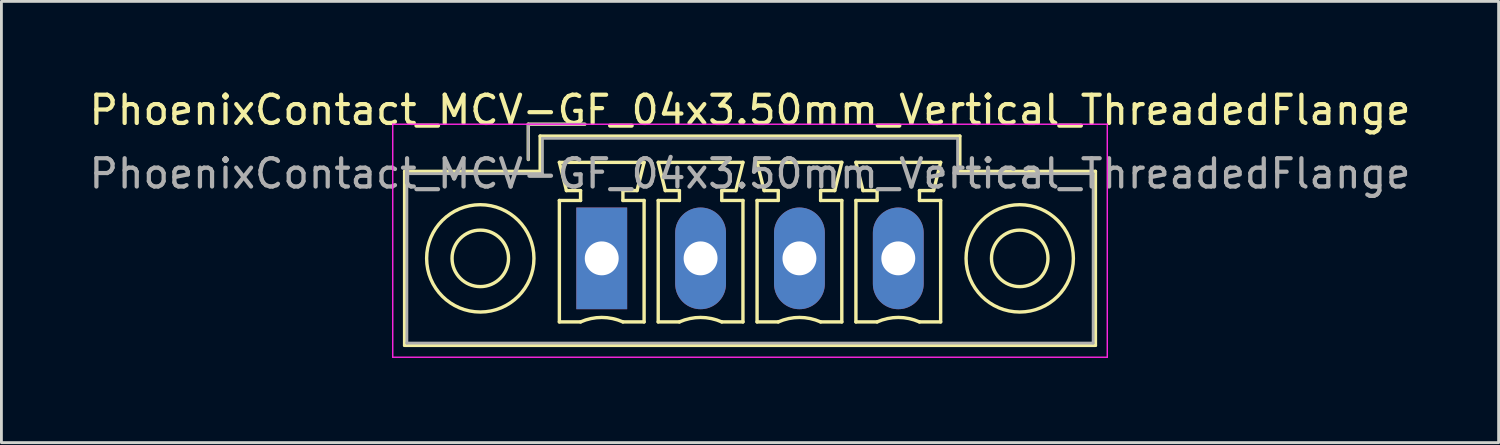
<source format=kicad_pcb>
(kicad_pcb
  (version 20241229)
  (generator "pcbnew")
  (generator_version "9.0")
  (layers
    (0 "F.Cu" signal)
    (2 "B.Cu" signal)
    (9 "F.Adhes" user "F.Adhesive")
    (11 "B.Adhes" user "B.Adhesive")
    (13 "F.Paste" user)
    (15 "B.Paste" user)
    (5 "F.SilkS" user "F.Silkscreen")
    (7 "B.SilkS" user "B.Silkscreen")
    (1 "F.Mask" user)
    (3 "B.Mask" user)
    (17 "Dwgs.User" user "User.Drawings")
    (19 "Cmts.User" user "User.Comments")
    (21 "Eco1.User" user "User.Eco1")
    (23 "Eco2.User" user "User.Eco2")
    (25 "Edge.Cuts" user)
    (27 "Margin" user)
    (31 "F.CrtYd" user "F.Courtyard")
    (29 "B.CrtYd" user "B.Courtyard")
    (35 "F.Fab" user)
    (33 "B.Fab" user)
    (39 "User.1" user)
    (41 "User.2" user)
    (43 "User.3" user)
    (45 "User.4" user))
  (footprint "PhoenixContact_MCV-GF_04x3.50mm_Vertical_ThreadedFlange"
    (layer "F.Cu")
    (at 18.256 6.098)
    (property "Reference" "PhoenixContact_MCV-GF_04x3.50mm_Vertical_ThreadedFlange" (at 5.25 -5.25 0) (layer "F.SilkS") (effects (font (size 1 1) (thickness 0.15))))
    (attr through_hole)
    (fp_line (start -6.98 -3.08) (end -6.98 3.08) (stroke (width 0.12) (type solid)) (layer "F.SilkS"))
    (fp_line (start -6.98 3.08) (end 17.48 3.08) (stroke (width 0.12) (type solid)) (layer "F.SilkS"))
    (fp_line (start -2.6 -4.75) (end -0.6 -4.75) (stroke (width 0.12) (type solid)) (layer "F.SilkS"))
    (fp_line (start -2.6 -3.5) (end -2.6 -4.75) (stroke (width 0.12) (type solid)) (layer "F.SilkS"))
    (fp_line (start -2.18 -4.33) (end -2.18 -3.08) (stroke (width 0.12) (type solid)) (layer "F.SilkS"))
    (fp_line (start -2.18 -3.08) (end -6.98 -3.08) (stroke (width 0.12) (type solid)) (layer "F.SilkS"))
    (fp_line (start -1.5 -3.4) (end 1.5 -3.4) (stroke (width 0.12) (type solid)) (layer "F.SilkS"))
    (fp_line (start -1.5 -2.05) (end -0.75 -2.05) (stroke (width 0.12) (type solid)) (layer "F.SilkS"))
    (fp_line (start -1.5 2.25) (end -1.5 -2.05) (stroke (width 0.12) (type solid)) (layer "F.SilkS"))
    (fp_line (start -1.25 -2.4) (end -1.5 -3.4) (stroke (width 0.12) (type solid)) (layer "F.SilkS"))
    (fp_line (start -0.75 -2.4) (end -1.25 -2.4) (stroke (width 0.12) (type solid)) (layer "F.SilkS"))
    (fp_line (start -0.75 -2.05) (end -0.75 -2.4) (stroke (width 0.12) (type solid)) (layer "F.SilkS"))
    (fp_line (start -0.75 2.25) (end -1.5 2.25) (stroke (width 0.12) (type solid)) (layer "F.SilkS"))
    (fp_line (start 0.75 -2.4) (end 0.75 -2.05) (stroke (width 0.12) (type solid)) (layer "F.SilkS"))
    (fp_line (start 0.75 -2.05) (end 1.5 -2.05) (stroke (width 0.12) (type solid)) (layer "F.SilkS"))
    (fp_line (start 1.25 -2.4) (end 0.75 -2.4) (stroke (width 0.12) (type solid)) (layer "F.SilkS"))
    (fp_line (start 1.5 -3.4) (end 1.25 -2.4) (stroke (width 0.12) (type solid)) (layer "F.SilkS"))
    (fp_line (start 1.5 -2.05) (end 1.5 2.25) (stroke (width 0.12) (type solid)) (layer "F.SilkS"))
    (fp_line (start 1.5 2.25) (end 0.75 2.25) (stroke (width 0.12) (type solid)) (layer "F.SilkS"))
    (fp_line (start 2 -3.4) (end 5 -3.4) (stroke (width 0.12) (type solid)) (layer "F.SilkS"))
    (fp_line (start 2 -2.05) (end 2.75 -2.05) (stroke (width 0.12) (type solid)) (layer "F.SilkS"))
    (fp_line (start 2 2.25) (end 2 -2.05) (stroke (width 0.12) (type solid)) (layer "F.SilkS"))
    (fp_line (start 2.25 -2.4) (end 2 -3.4) (stroke (width 0.12) (type solid)) (layer "F.SilkS"))
    (fp_line (start 2.75 -2.4) (end 2.25 -2.4) (stroke (width 0.12) (type solid)) (layer "F.SilkS"))
    (fp_line (start 2.75 -2.05) (end 2.75 -2.4) (stroke (width 0.12) (type solid)) (layer "F.SilkS"))
    (fp_line (start 2.75 2.25) (end 2 2.25) (stroke (width 0.12) (type solid)) (layer "F.SilkS"))
    (fp_line (start 4.25 -2.4) (end 4.25 -2.05) (stroke (width 0.12) (type solid)) (layer "F.SilkS"))
    (fp_line (start 4.25 -2.05) (end 5 -2.05) (stroke (width 0.12) (type solid)) (layer "F.SilkS"))
    (fp_line (start 4.75 -2.4) (end 4.25 -2.4) (stroke (width 0.12) (type solid)) (layer "F.SilkS"))
    (fp_line (start 5 -3.4) (end 4.75 -2.4) (stroke (width 0.12) (type solid)) (layer "F.SilkS"))
    (fp_line (start 5 -2.05) (end 5 2.25) (stroke (width 0.12) (type solid)) (layer "F.SilkS"))
    (fp_line (start 5 2.25) (end 4.25 2.25) (stroke (width 0.12) (type solid)) (layer "F.SilkS"))
    (fp_line (start 5.5 -3.4) (end 8.5 -3.4) (stroke (width 0.12) (type solid)) (layer "F.SilkS"))
    (fp_line (start 5.5 -2.05) (end 6.25 -2.05) (stroke (width 0.12) (type solid)) (layer "F.SilkS"))
    (fp_line (start 5.5 2.25) (end 5.5 -2.05) (stroke (width 0.12) (type solid)) (layer "F.SilkS"))
    (fp_line (start 5.75 -2.4) (end 5.5 -3.4) (stroke (width 0.12) (type solid)) (layer "F.SilkS"))
    (fp_line (start 6.25 -2.4) (end 5.75 -2.4) (stroke (width 0.12) (type solid)) (layer "F.SilkS"))
    (fp_line (start 6.25 -2.05) (end 6.25 -2.4) (stroke (width 0.12) (type solid)) (layer "F.SilkS"))
    (fp_line (start 6.25 2.25) (end 5.5 2.25) (stroke (width 0.12) (type solid)) (layer "F.SilkS"))
    (fp_line (start 7.75 -2.4) (end 7.75 -2.05) (stroke (width 0.12) (type solid)) (layer "F.SilkS"))
    (fp_line (start 7.75 -2.05) (end 8.5 -2.05) (stroke (width 0.12) (type solid)) (layer "F.SilkS"))
    (fp_line (start 8.25 -2.4) (end 7.75 -2.4) (stroke (width 0.12) (type solid)) (layer "F.SilkS"))
    (fp_line (start 8.5 -3.4) (end 8.25 -2.4) (stroke (width 0.12) (type solid)) (layer "F.SilkS"))
    (fp_line (start 8.5 -2.05) (end 8.5 2.25) (stroke (width 0.12) (type solid)) (layer "F.SilkS"))
    (fp_line (start 8.5 2.25) (end 7.75 2.25) (stroke (width 0.12) (type solid)) (layer "F.SilkS"))
    (fp_line (start 9 -3.4) (end 12 -3.4) (stroke (width 0.12) (type solid)) (layer "F.SilkS"))
    (fp_line (start 9 -2.05) (end 9.75 -2.05) (stroke (width 0.12) (type solid)) (layer "F.SilkS"))
    (fp_line (start 9 2.25) (end 9 -2.05) (stroke (width 0.12) (type solid)) (layer "F.SilkS"))
    (fp_line (start 9.25 -2.4) (end 9 -3.4) (stroke (width 0.12) (type solid)) (layer "F.SilkS"))
    (fp_line (start 9.75 -2.4) (end 9.25 -2.4) (stroke (width 0.12) (type solid)) (layer "F.SilkS"))
    (fp_line (start 9.75 -2.05) (end 9.75 -2.4) (stroke (width 0.12) (type solid)) (layer "F.SilkS"))
    (fp_line (start 9.75 2.25) (end 9 2.25) (stroke (width 0.12) (type solid)) (layer "F.SilkS"))
    (fp_line (start 11.25 -2.4) (end 11.25 -2.05) (stroke (width 0.12) (type solid)) (layer "F.SilkS"))
    (fp_line (start 11.25 -2.05) (end 12 -2.05) (stroke (width 0.12) (type solid)) (layer "F.SilkS"))
    (fp_line (start 11.75 -2.4) (end 11.25 -2.4) (stroke (width 0.12) (type solid)) (layer "F.SilkS"))
    (fp_line (start 12 -3.4) (end 11.75 -2.4) (stroke (width 0.12) (type solid)) (layer "F.SilkS"))
    (fp_line (start 12 -2.05) (end 12 2.25) (stroke (width 0.12) (type solid)) (layer "F.SilkS"))
    (fp_line (start 12 2.25) (end 11.25 2.25) (stroke (width 0.12) (type solid)) (layer "F.SilkS"))
    (fp_line (start 12.68 -4.33) (end -2.18 -4.33) (stroke (width 0.12) (type solid)) (layer "F.SilkS"))
    (fp_line (start 12.68 -3.08) (end 12.68 -4.33) (stroke (width 0.12) (type solid)) (layer "F.SilkS"))
    (fp_line (start 17.48 -3.08) (end 12.68 -3.08) (stroke (width 0.12) (type solid)) (layer "F.SilkS"))
    (fp_line (start 17.48 3.08) (end 17.48 -3.08) (stroke (width 0.12) (type solid)) (layer "F.SilkS"))
    (fp_arc (start -0.75 2.25) (mid -0.000193 2.09191) (end 0.749647 2.249844) (stroke (width 0.12) (type solid)) (layer "F.SilkS"))
    (fp_arc (start 2.75 2.25) (mid 3.499807 2.09191) (end 4.249647 2.249844) (stroke (width 0.12) (type solid)) (layer "F.SilkS"))
    (fp_arc (start 6.25 2.25) (mid 6.999807 2.09191) (end 7.749647 2.249844) (stroke (width 0.12) (type solid)) (layer "F.SilkS"))
    (fp_arc (start 9.75 2.25) (mid 10.499807 2.09191) (end 11.249647 2.249844) (stroke (width 0.12) (type solid)) (layer "F.SilkS"))
    (fp_circle (center -4.3 0) (end -3.3 0) (stroke (width 0.12) (type solid)) (fill no) (layer "F.SilkS"))
    (fp_circle (center -4.3 0) (end -2.4 0) (stroke (width 0.12) (type solid)) (fill no) (layer "F.SilkS"))
    (fp_circle (center 14.8 0) (end 15.8 0) (stroke (width 0.12) (type solid)) (fill no) (layer "F.SilkS"))
    (fp_circle (center 14.8 0) (end 16.7 0) (stroke (width 0.12) (type solid)) (fill no) (layer "F.SilkS"))
    (fp_line (start -7.4 -4.75) (end -7.4 3.5) (stroke (width 0.05) (type solid)) (layer "F.CrtYd"))
    (fp_line (start -7.4 3.5) (end 17.9 3.5) (stroke (width 0.05) (type solid)) (layer "F.CrtYd"))
    (fp_line (start 17.9 -4.75) (end -7.4 -4.75) (stroke (width 0.05) (type solid)) (layer "F.CrtYd"))
    (fp_line (start 17.9 3.5) (end 17.9 -4.75) (stroke (width 0.05) (type solid)) (layer "F.CrtYd"))
    (fp_line (start -6.9 -3) (end -6.9 3) (stroke (width 0.1) (type solid)) (layer "F.Fab"))
    (fp_line (start -6.9 3) (end 17.4 3) (stroke (width 0.1) (type solid)) (layer "F.Fab"))
    (fp_line (start -2.6 -4.75) (end -0.6 -4.75) (stroke (width 0.1) (type solid)) (layer "F.Fab"))
    (fp_line (start -2.6 -3.5) (end -2.6 -4.75) (stroke (width 0.1) (type solid)) (layer "F.Fab"))
    (fp_line (start -2.1 -4.25) (end -2.1 -3) (stroke (width 0.1) (type solid)) (layer "F.Fab"))
    (fp_line (start -2.1 -3) (end -6.9 -3) (stroke (width 0.1) (type solid)) (layer "F.Fab"))
    (fp_line (start 12.6 -4.25) (end -2.1 -4.25) (stroke (width 0.1) (type solid)) (layer "F.Fab"))
    (fp_line (start 12.6 -3) (end 12.6 -4.25) (stroke (width 0.1) (type solid)) (layer "F.Fab"))
    (fp_line (start 17.4 -3) (end 12.6 -3) (stroke (width 0.1) (type solid)) (layer "F.Fab"))
    (fp_line (start 17.4 3) (end 17.4 -3) (stroke (width 0.1) (type solid)) (layer "F.Fab"))
    (fp_text user "${REFERENCE}" (at 5.25 -3 0) (layer "F.Fab") (effects (font (size 1 1) (thickness 0.15))))
    (pad "1" thru_hole rect (at 0 0) (size 1.8 3.6) (drill 1.2) (layers "*.Cu" "*.Mask"))
    (pad "2" thru_hole oval (at 3.5 0) (size 1.8 3.6) (drill 1.2) (layers "*.Cu" "*.Mask"))
    (pad "3" thru_hole oval (at 7 0) (size 1.8 3.6) (drill 1.2) (layers "*.Cu" "*.Mask"))
    (pad "4" thru_hole oval (at 10.5 0) (size 1.8 3.6) (drill 1.2) (layers "*.Cu" "*.Mask")))
  (gr_rect
    (start -3 -3)
    (end 50.012 12.623)
    (stroke (width 0.1) (type default))
    (fill no)
    (layer "Edge.Cuts")))
</source>
